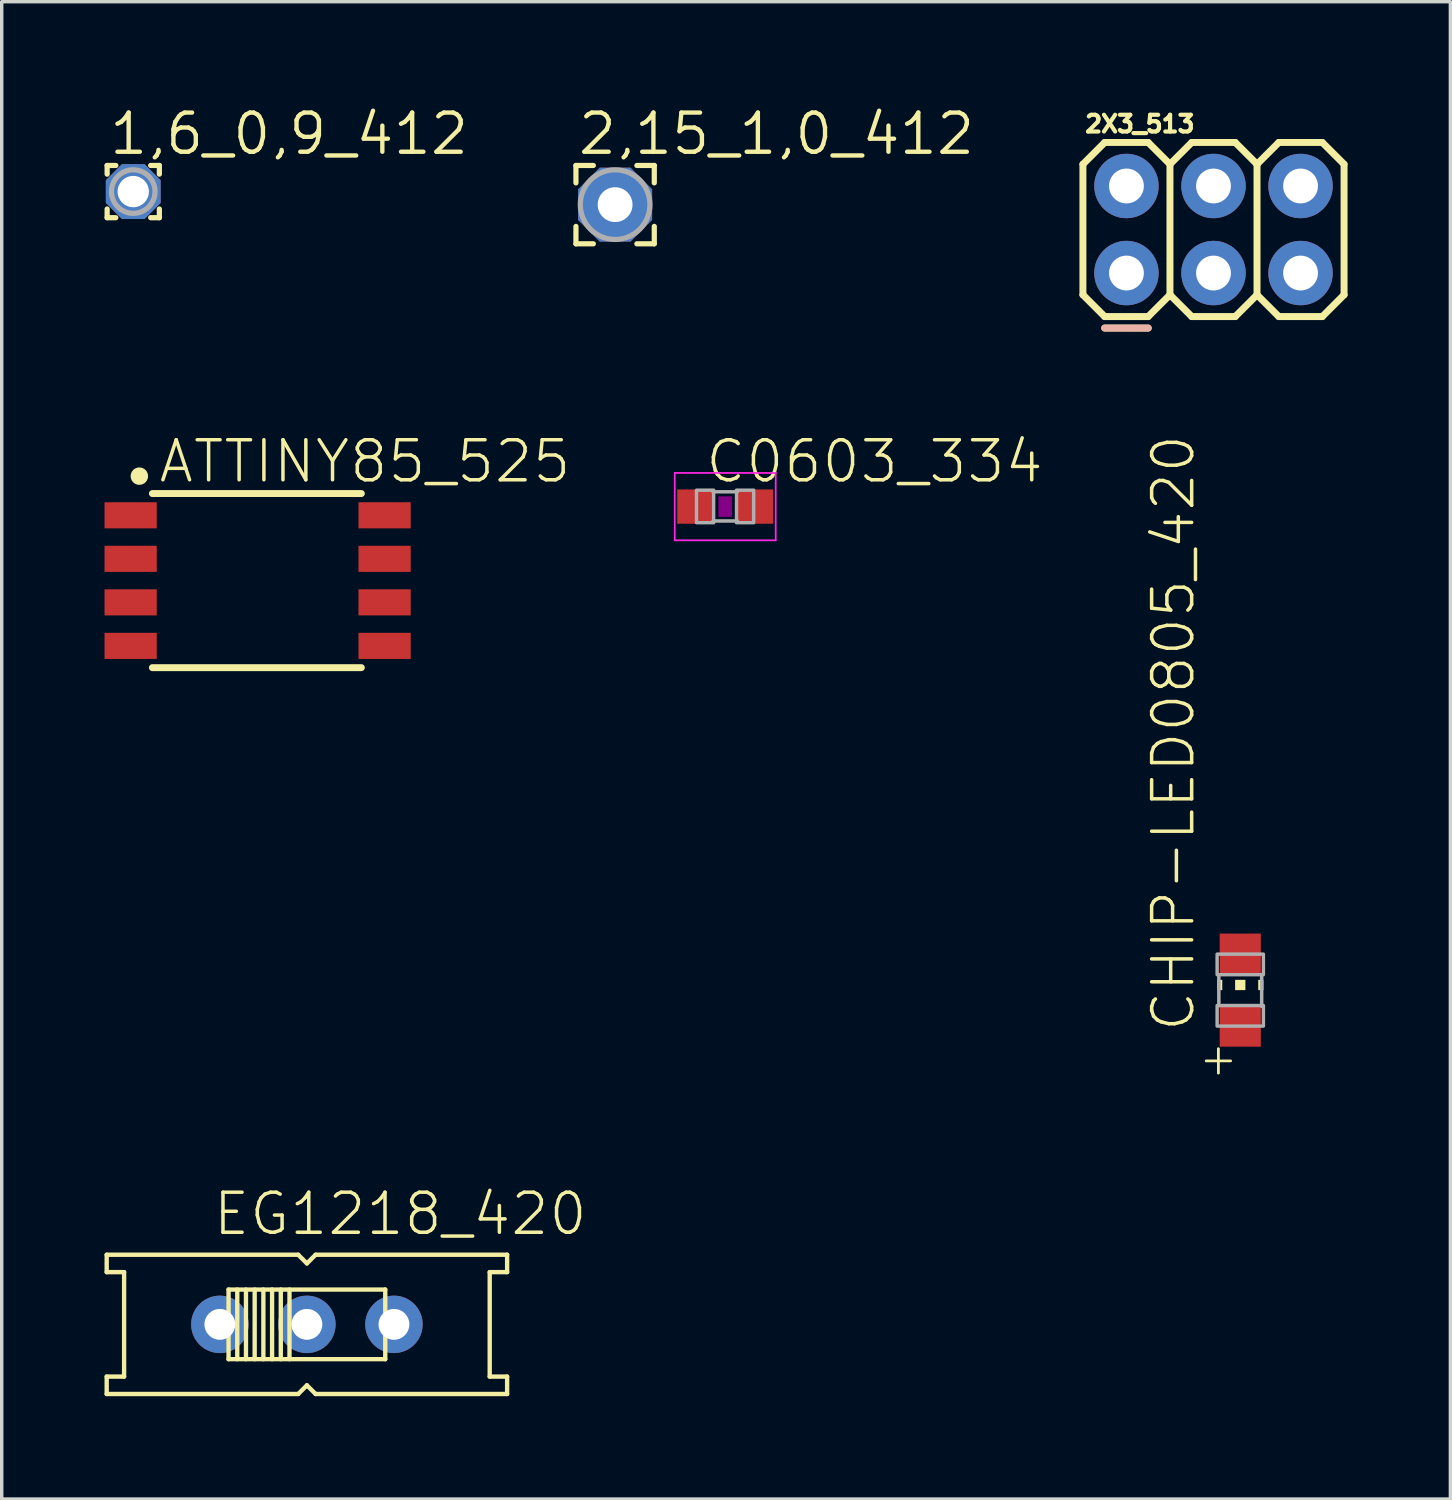
<source format=kicad_pcb>
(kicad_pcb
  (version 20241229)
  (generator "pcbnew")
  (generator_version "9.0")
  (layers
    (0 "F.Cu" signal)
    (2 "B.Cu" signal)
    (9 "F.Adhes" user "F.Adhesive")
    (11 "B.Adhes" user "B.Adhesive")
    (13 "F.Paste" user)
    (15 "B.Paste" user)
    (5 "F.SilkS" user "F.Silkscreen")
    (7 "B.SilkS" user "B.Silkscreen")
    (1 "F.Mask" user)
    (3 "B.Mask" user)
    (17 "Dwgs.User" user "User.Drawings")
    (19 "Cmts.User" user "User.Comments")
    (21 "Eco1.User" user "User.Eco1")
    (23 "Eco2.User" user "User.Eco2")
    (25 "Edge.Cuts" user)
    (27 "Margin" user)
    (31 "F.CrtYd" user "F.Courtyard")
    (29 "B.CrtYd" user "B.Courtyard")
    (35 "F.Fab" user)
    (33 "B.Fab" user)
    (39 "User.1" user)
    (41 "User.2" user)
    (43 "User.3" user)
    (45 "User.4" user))
  (footprint "ATTINY85_525"
    (layer "F.Cu")
    (at 4.445 13.891)
    (property "Reference" "ATTINY85_525" (at -2.921 -2.794 0) (unlocked yes) (layer "F.SilkS") (effects (font (size 1.168 1.168) (thickness 0.102)) (justify left bottom)))
    (fp_line (start -3.048 2.54) (end 3.048 2.54) (stroke (width 0.203) (type solid)) (layer "F.SilkS"))
    (fp_line (start 3.048 -2.54) (end -3.048 -2.54) (stroke (width 0.203) (type solid)) (layer "F.SilkS"))
    (fp_circle (center -3.429 -3.048) (end -3.302 -3.048) (stroke (width 0.254) (type solid)) (fill no) (layer "F.SilkS"))
    (pad "1" smd rect (at -3.683 -1.905 270) (size 0.762 1.524) (layers "F.Cu" "F.Mask" "F.Paste"))
    (pad "2" smd rect (at -3.683 -0.635 270) (size 0.762 1.524) (layers "F.Cu" "F.Mask" "F.Paste"))
    (pad "3" smd rect (at -3.683 0.635 270) (size 0.762 1.524) (layers "F.Cu" "F.Mask" "F.Paste"))
    (pad "4" smd rect (at -3.683 1.905 270) (size 0.762 1.524) (layers "F.Cu" "F.Mask" "F.Paste"))
    (pad "5" smd rect (at 3.727 1.905 90) (size 0.762 1.524) (layers "F.Cu" "F.Mask" "F.Paste"))
    (pad "6" smd rect (at 3.727 0.635 90) (size 0.762 1.524) (layers "F.Cu" "F.Mask" "F.Paste"))
    (pad "7" smd rect (at 3.727 -0.635 90) (size 0.762 1.524) (layers "F.Cu" "F.Mask" "F.Paste"))
    (pad "8" smd rect (at 3.727 -1.905 90) (size 0.762 1.524) (layers "F.Cu" "F.Mask" "F.Paste")))
  (footprint "CHIP-LED0805_420"
    (layer "F.Cu")
    (at 33.139 25.84)
    (property "Reference" "CHIP-LED0805_420" (at -1.27 1.27 90) (unlocked yes) (layer "F.SilkS") (effects (font (size 1.168 1.168) (thickness 0.102)) (justify left bottom)))
    (fp_poly (pts (xy -0.675 0) (xy -0.525 0) (xy -0.525 -0.3) (xy -0.675 -0.3)) (stroke (width 0) (type default)) (fill yes) (layer "F.SilkS"))
    (fp_poly (pts (xy -0.15 0) (xy 0.15 0) (xy 0.15 -0.3) (xy -0.15 -0.3)) (stroke (width 0) (type default)) (fill yes) (layer "F.SilkS"))
    (fp_poly (pts (xy 0.525 0) (xy 0.675 0) (xy 0.675 -0.3) (xy 0.525 -0.3)) (stroke (width 0) (type default)) (fill yes) (layer "F.SilkS"))
    (fp_line (start -0.625 -0.45) (end -0.625 0.45) (stroke (width 0.102) (type solid)) (layer "F.Fab"))
    (fp_line (start 0.625 -0.45) (end 0.625 0.475) (stroke (width 0.102) (type solid)) (layer "F.Fab"))
    (fp_poly (pts (xy -0.675 -0.45) (xy 0.675 -0.45) (xy 0.675 -1.05) (xy -0.675 -1.05)) (stroke (width 0.1) (type default)) (fill no) (layer "F.Fab"))
    (fp_poly (pts (xy -0.675 1.05) (xy 0.675 1.05) (xy 0.675 0.45) (xy -0.675 0.45)) (stroke (width 0.1) (type default)) (fill no) (layer "F.Fab"))
    (fp_text user "+" (at -1.27 2.54 0) (unlocked yes) (layer "F.SilkS") (effects (font (size 0.935 0.935) (thickness 0.081)) (justify left bottom)))
    (pad "A" smd rect (at 0 1.05) (size 1.2 1.2) (layers "F.Cu" "F.Mask" "F.Paste"))
    (pad "C" smd rect (at 0 -1.05) (size 1.2 1.2) (layers "F.Cu" "F.Mask" "F.Paste")))
  (footprint "2,15_1,0_412"
    (layer "F.Cu")
    (at 14.898 2.921)
    (property "Reference" "2,15_1,0_412" (at -1.143 -1.397 0) (unlocked yes) (layer "F.SilkS") (effects (font (size 1.143 1.143) (thickness 0.127)) (justify left bottom)))
    (fp_line (start -1.143 -1.143) (end -1.143 -0.635) (stroke (width 0.152) (type solid)) (layer "F.SilkS"))
    (fp_line (start -1.143 0.635) (end -1.143 1.143) (stroke (width 0.152) (type solid)) (layer "F.SilkS"))
    (fp_line (start -1.143 1.143) (end -0.635 1.143) (stroke (width 0.152) (type solid)) (layer "F.SilkS"))
    (fp_line (start -0.635 -1.143) (end -1.143 -1.143) (stroke (width 0.152) (type solid)) (layer "F.SilkS"))
    (fp_line (start 1.143 -1.143) (end 0.635 -1.143) (stroke (width 0.152) (type solid)) (layer "F.SilkS"))
    (fp_line (start 1.143 -0.635) (end 1.143 -1.143) (stroke (width 0.152) (type solid)) (layer "F.SilkS"))
    (fp_line (start 1.143 1.143) (end 0.635 1.143) (stroke (width 0.152) (type solid)) (layer "F.SilkS"))
    (fp_line (start 1.143 1.143) (end 1.143 0.635) (stroke (width 0.152) (type solid)) (layer "F.SilkS"))
    (fp_circle (center 0 0) (end 1.016 0) (stroke (width 0.152) (type solid)) (fill no) (layer "F.Fab"))
    (pad "1" thru_hole roundrect (at 0 0) (size 2.159 2.159) (drill 1.016) (layers "*.Cu" "*.Mask") (roundrect_rratio 0.25) (chamfer_ratio 0.293) (chamfer top_left top_right bottom_left bottom_right)))
  (footprint "2X3_513"
    (layer "F.Cu")
    (at 29.818 4.917)
    (property "Reference" "2X3_513" (at -1.27 -4.064 0) (unlocked yes) (layer "F.SilkS") (effects (font (size 0.488 0.488) (thickness 0.122)) (justify left bottom)))
    (fp_line (start -1.27 -3.175) (end -0.635 -3.81) (stroke (width 0.203) (type solid)) (layer "F.SilkS"))
    (fp_line (start -1.27 0.635) (end -1.27 -3.175) (stroke (width 0.203) (type solid)) (layer "F.SilkS"))
    (fp_line (start -1.27 0.635) (end -0.635 1.27) (stroke (width 0.203) (type solid)) (layer "F.SilkS"))
    (fp_line (start -0.635 -3.81) (end 0.635 -3.81) (stroke (width 0.203) (type solid)) (layer "F.SilkS"))
    (fp_line (start -0.635 1.27) (end 0.635 1.27) (stroke (width 0.203) (type solid)) (layer "F.SilkS"))
    (fp_line (start 0.635 -3.81) (end 1.27 -3.175) (stroke (width 0.203) (type solid)) (layer "F.SilkS"))
    (fp_line (start 0.635 1.27) (end 1.27 0.635) (stroke (width 0.203) (type solid)) (layer "F.SilkS"))
    (fp_line (start 0.635 1.605) (end -0.635 1.605) (stroke (width 0.203) (type solid)) (layer "F.SilkS"))
    (fp_line (start 1.27 -3.175) (end 1.27 0.635) (stroke (width 0.203) (type solid)) (layer "F.SilkS"))
    (fp_line (start 1.27 -3.175) (end 1.905 -3.81) (stroke (width 0.203) (type solid)) (layer "F.SilkS"))
    (fp_line (start 1.27 0.635) (end 1.905 1.27) (stroke (width 0.203) (type solid)) (layer "F.SilkS"))
    (fp_line (start 1.905 -3.81) (end 3.175 -3.81) (stroke (width 0.203) (type solid)) (layer "F.SilkS"))
    (fp_line (start 1.905 1.27) (end 3.175 1.27) (stroke (width 0.203) (type solid)) (layer "F.SilkS"))
    (fp_line (start 3.175 -3.81) (end 3.81 -3.175) (stroke (width 0.203) (type solid)) (layer "F.SilkS"))
    (fp_line (start 3.175 1.27) (end 3.81 0.635) (stroke (width 0.203) (type solid)) (layer "F.SilkS"))
    (fp_line (start 3.81 -3.175) (end 3.81 0.635) (stroke (width 0.203) (type solid)) (layer "F.SilkS"))
    (fp_line (start 3.81 -3.175) (end 4.445 -3.81) (stroke (width 0.203) (type solid)) (layer "F.SilkS"))
    (fp_line (start 3.81 0.635) (end 4.445 1.27) (stroke (width 0.203) (type solid)) (layer "F.SilkS"))
    (fp_line (start 4.445 -3.81) (end 5.715 -3.81) (stroke (width 0.203) (type solid)) (layer "F.SilkS"))
    (fp_line (start 4.445 1.27) (end 5.715 1.27) (stroke (width 0.203) (type solid)) (layer "F.SilkS"))
    (fp_line (start 5.715 -3.81) (end 6.35 -3.175) (stroke (width 0.203) (type solid)) (layer "F.SilkS"))
    (fp_line (start 5.715 1.27) (end 6.35 0.635) (stroke (width 0.203) (type solid)) (layer "F.SilkS"))
    (fp_line (start 6.35 -3.175) (end 6.35 0.635) (stroke (width 0.203) (type solid)) (layer "F.SilkS"))
    (fp_line (start -0.635 1.605) (end 0.635 1.605) (stroke (width 0.203) (type solid)) (layer "B.SilkS"))
    (fp_poly (pts (xy -0.254 -2.286) (xy 0.254 -2.286) (xy 0.254 -2.794) (xy -0.254 -2.794)) (stroke (width 0.1) (type default)) (fill no) (layer "F.Fab"))
    (fp_poly (pts (xy -0.254 0.254) (xy 0.254 0.254) (xy 0.254 -0.254) (xy -0.254 -0.254)) (stroke (width 0.1) (type default)) (fill no) (layer "F.Fab"))
    (fp_poly (pts (xy 2.286 -2.286) (xy 2.794 -2.286) (xy 2.794 -2.794) (xy 2.286 -2.794)) (stroke (width 0.1) (type default)) (fill no) (layer "F.Fab"))
    (fp_poly (pts (xy 2.286 0.254) (xy 2.794 0.254) (xy 2.794 -0.254) (xy 2.286 -0.254)) (stroke (width 0.1) (type default)) (fill no) (layer "F.Fab"))
    (fp_poly (pts (xy 4.826 -2.286) (xy 5.334 -2.286) (xy 5.334 -2.794) (xy 4.826 -2.794)) (stroke (width 0.1) (type default)) (fill no) (layer "F.Fab"))
    (fp_poly (pts (xy 4.826 0.254) (xy 5.334 0.254) (xy 5.334 -0.254) (xy 4.826 -0.254)) (stroke (width 0.1) (type default)) (fill no) (layer "F.Fab"))
    (pad "1" thru_hole circle (at 0 0) (size 1.88 1.88) (drill 1.016) (layers "*.Cu" "*.Mask"))
    (pad "2" thru_hole circle (at 0 -2.54) (size 1.88 1.88) (drill 1.016) (layers "*.Cu" "*.Mask"))
    (pad "3" thru_hole circle (at 2.54 0) (size 1.88 1.88) (drill 1.016) (layers "*.Cu" "*.Mask"))
    (pad "4" thru_hole circle (at 2.54 -2.54) (size 1.88 1.88) (drill 1.016) (layers "*.Cu" "*.Mask"))
    (pad "5" thru_hole circle (at 5.08 0) (size 1.88 1.88) (drill 1.016) (layers "*.Cu" "*.Mask"))
    (pad "6" thru_hole circle (at 5.08 -2.54) (size 1.88 1.88) (drill 1.016) (layers "*.Cu" "*.Mask")))
  (footprint "EG1218_420"
    (layer "F.Cu")
    (at 5.905 35.593)
    (property "Reference" "EG1218_420" (at -2.794 -2.54 0) (unlocked yes) (layer "F.SilkS") (effects (font (size 1.168 1.168) (thickness 0.102)) (justify left bottom)))
    (fp_line (start -5.842 -2.032) (end -0.254 -2.032) (stroke (width 0.127) (type solid)) (layer "F.SilkS"))
    (fp_line (start -5.842 -1.524) (end -5.842 -2.032) (stroke (width 0.127) (type solid)) (layer "F.SilkS"))
    (fp_line (start -5.842 1.524) (end -5.334 1.524) (stroke (width 0.127) (type solid)) (layer "F.SilkS"))
    (fp_line (start -5.842 2.032) (end -5.842 1.524) (stroke (width 0.127) (type solid)) (layer "F.SilkS"))
    (fp_line (start -5.334 -1.524) (end -5.842 -1.524) (stroke (width 0.127) (type solid)) (layer "F.SilkS"))
    (fp_line (start -5.334 1.524) (end -5.334 -1.524) (stroke (width 0.127) (type solid)) (layer "F.SilkS"))
    (fp_line (start -2.286 -1.016) (end 2.286 -1.016) (stroke (width 0.127) (type solid)) (layer "F.SilkS"))
    (fp_line (start -2.286 1.016) (end -2.286 -1.016) (stroke (width 0.127) (type solid)) (layer "F.SilkS"))
    (fp_line (start -2.032 -1.016) (end -2.032 1.016) (stroke (width 0.127) (type solid)) (layer "F.SilkS"))
    (fp_line (start -1.778 1.016) (end -1.778 -1.016) (stroke (width 0.127) (type solid)) (layer "F.SilkS"))
    (fp_line (start -1.524 -1.016) (end -1.524 1.016) (stroke (width 0.127) (type solid)) (layer "F.SilkS"))
    (fp_line (start -1.27 1.016) (end -1.27 -1.016) (stroke (width 0.127) (type solid)) (layer "F.SilkS"))
    (fp_line (start -1.016 -1.016) (end -1.016 1.016) (stroke (width 0.127) (type solid)) (layer "F.SilkS"))
    (fp_line (start -0.762 1.016) (end -0.762 -1.016) (stroke (width 0.127) (type solid)) (layer "F.SilkS"))
    (fp_line (start -0.508 -1.016) (end -0.508 1.016) (stroke (width 0.127) (type solid)) (layer "F.SilkS"))
    (fp_line (start -0.254 -2.032) (end 0 -1.778) (stroke (width 0.127) (type solid)) (layer "F.SilkS"))
    (fp_line (start -0.254 2.032) (end -5.842 2.032) (stroke (width 0.127) (type solid)) (layer "F.SilkS"))
    (fp_line (start 0 -1.778) (end 0.254 -2.032) (stroke (width 0.127) (type solid)) (layer "F.SilkS"))
    (fp_line (start 0 1.778) (end -0.254 2.032) (stroke (width 0.127) (type solid)) (layer "F.SilkS"))
    (fp_line (start 0.254 -2.032) (end 5.842 -2.032) (stroke (width 0.127) (type solid)) (layer "F.SilkS"))
    (fp_line (start 0.254 2.032) (end 0 1.778) (stroke (width 0.127) (type solid)) (layer "F.SilkS"))
    (fp_line (start 2.286 -1.016) (end 2.286 1.016) (stroke (width 0.127) (type solid)) (layer "F.SilkS"))
    (fp_line (start 2.286 1.016) (end -2.286 1.016) (stroke (width 0.127) (type solid)) (layer "F.SilkS"))
    (fp_line (start 5.334 -1.524) (end 5.334 1.524) (stroke (width 0.127) (type solid)) (layer "F.SilkS"))
    (fp_line (start 5.334 1.524) (end 5.842 1.524) (stroke (width 0.127) (type solid)) (layer "F.SilkS"))
    (fp_line (start 5.842 -2.032) (end 5.842 -1.524) (stroke (width 0.127) (type solid)) (layer "F.SilkS"))
    (fp_line (start 5.842 -1.524) (end 5.334 -1.524) (stroke (width 0.127) (type solid)) (layer "F.SilkS"))
    (fp_line (start 5.842 1.524) (end 5.842 2.032) (stroke (width 0.127) (type solid)) (layer "F.SilkS"))
    (fp_line (start 5.842 2.032) (end 0.254 2.032) (stroke (width 0.127) (type solid)) (layer "F.SilkS"))
    (pad "O" thru_hole circle (at -2.54 0) (size 1.676 1.676) (drill 0.9) (layers "*.Cu" "*.Mask"))
    (pad "P" thru_hole circle (at 0 0) (size 1.676 1.676) (drill 0.9) (layers "*.Cu" "*.Mask"))
    (pad "S" thru_hole circle (at 2.54 0) (size 1.676 1.676) (drill 0.9) (layers "*.Cu" "*.Mask")))
  (footprint "C0603_334"
    (layer "F.Cu")
    (at 18.111 11.732)
    (property "Reference" "C0603_334" (at -0.635 -0.635 0) (unlocked yes) (layer "F.SilkS") (effects (font (size 1.168 1.168) (thickness 0.102)) (justify left bottom)))
    (fp_poly (pts (xy -0.2 0.3) (xy 0.2 0.3) (xy 0.2 -0.3) (xy -0.2 -0.3)) (stroke (width 0) (type default)) (fill yes) (layer "F.Adhes"))
    (fp_line (start -1.473 -0.983) (end 1.473 -0.983) (stroke (width 0.051) (type solid)) (layer "F.CrtYd"))
    (fp_line (start -1.473 0.983) (end -1.473 -0.983) (stroke (width 0.051) (type solid)) (layer "F.CrtYd"))
    (fp_line (start 1.473 -0.983) (end 1.473 0.983) (stroke (width 0.051) (type solid)) (layer "F.CrtYd"))
    (fp_line (start 1.473 0.983) (end -1.473 0.983) (stroke (width 0.051) (type solid)) (layer "F.CrtYd"))
    (fp_line (start -0.356 -0.432) (end 0.356 -0.432) (stroke (width 0.102) (type solid)) (layer "F.Fab"))
    (fp_line (start -0.356 0.419) (end 0.356 0.419) (stroke (width 0.102) (type solid)) (layer "F.Fab"))
    (fp_poly (pts (xy -0.838 0.47) (xy -0.338 0.47) (xy -0.338 -0.48) (xy -0.838 -0.48)) (stroke (width 0.1) (type default)) (fill no) (layer "F.Fab"))
    (fp_poly (pts (xy 0.33 0.47) (xy 0.83 0.47) (xy 0.83 -0.48) (xy 0.33 -0.48)) (stroke (width 0.1) (type default)) (fill no) (layer "F.Fab"))
    (pad "1" smd rect (at -0.85 0) (size 1.1 1) (layers "F.Cu" "F.Mask" "F.Paste"))
    (pad "2" smd rect (at 0.85 0) (size 1.1 1) (layers "F.Cu" "F.Mask" "F.Paste")))
  (footprint "1,6_0,9_412"
    (layer "F.Cu")
    (at 0.838 2.54)
    (property "Reference" "1,6_0,9_412" (at -0.762 -1.016 0) (unlocked yes) (layer "F.SilkS") (effects (font (size 1.143 1.143) (thickness 0.127)) (justify left bottom)))
    (fp_line (start -0.762 -0.762) (end -0.762 -0.508) (stroke (width 0.152) (type solid)) (layer "F.SilkS"))
    (fp_line (start -0.762 0.508) (end -0.762 0.762) (stroke (width 0.152) (type solid)) (layer "F.SilkS"))
    (fp_line (start -0.762 0.762) (end -0.508 0.762) (stroke (width 0.152) (type solid)) (layer "F.SilkS"))
    (fp_line (start -0.508 -0.762) (end -0.762 -0.762) (stroke (width 0.152) (type solid)) (layer "F.SilkS"))
    (fp_line (start 0.508 0.762) (end 0.762 0.762) (stroke (width 0.152) (type solid)) (layer "F.SilkS"))
    (fp_line (start 0.762 -0.762) (end 0.508 -0.762) (stroke (width 0.152) (type solid)) (layer "F.SilkS"))
    (fp_line (start 0.762 -0.508) (end 0.762 -0.762) (stroke (width 0.152) (type solid)) (layer "F.SilkS"))
    (fp_line (start 0.762 0.762) (end 0.762 0.508) (stroke (width 0.152) (type solid)) (layer "F.SilkS"))
    (fp_circle (center 0 0) (end 0.635 0) (stroke (width 0.152) (type solid)) (fill no) (layer "F.Fab"))
    (pad "1" thru_hole roundrect (at 0 0) (size 1.6 1.6) (drill 0.914) (layers "*.Cu" "*.Mask") (roundrect_rratio 0.25) (chamfer_ratio 0.293) (chamfer top_left top_right bottom_left bottom_right)))
  (gr_rect
    (start -3 -3)
    (end 39.27 40.689)
    (stroke (width 0.1) (type default))
    (fill no)
    (layer "Edge.Cuts")))
</source>
